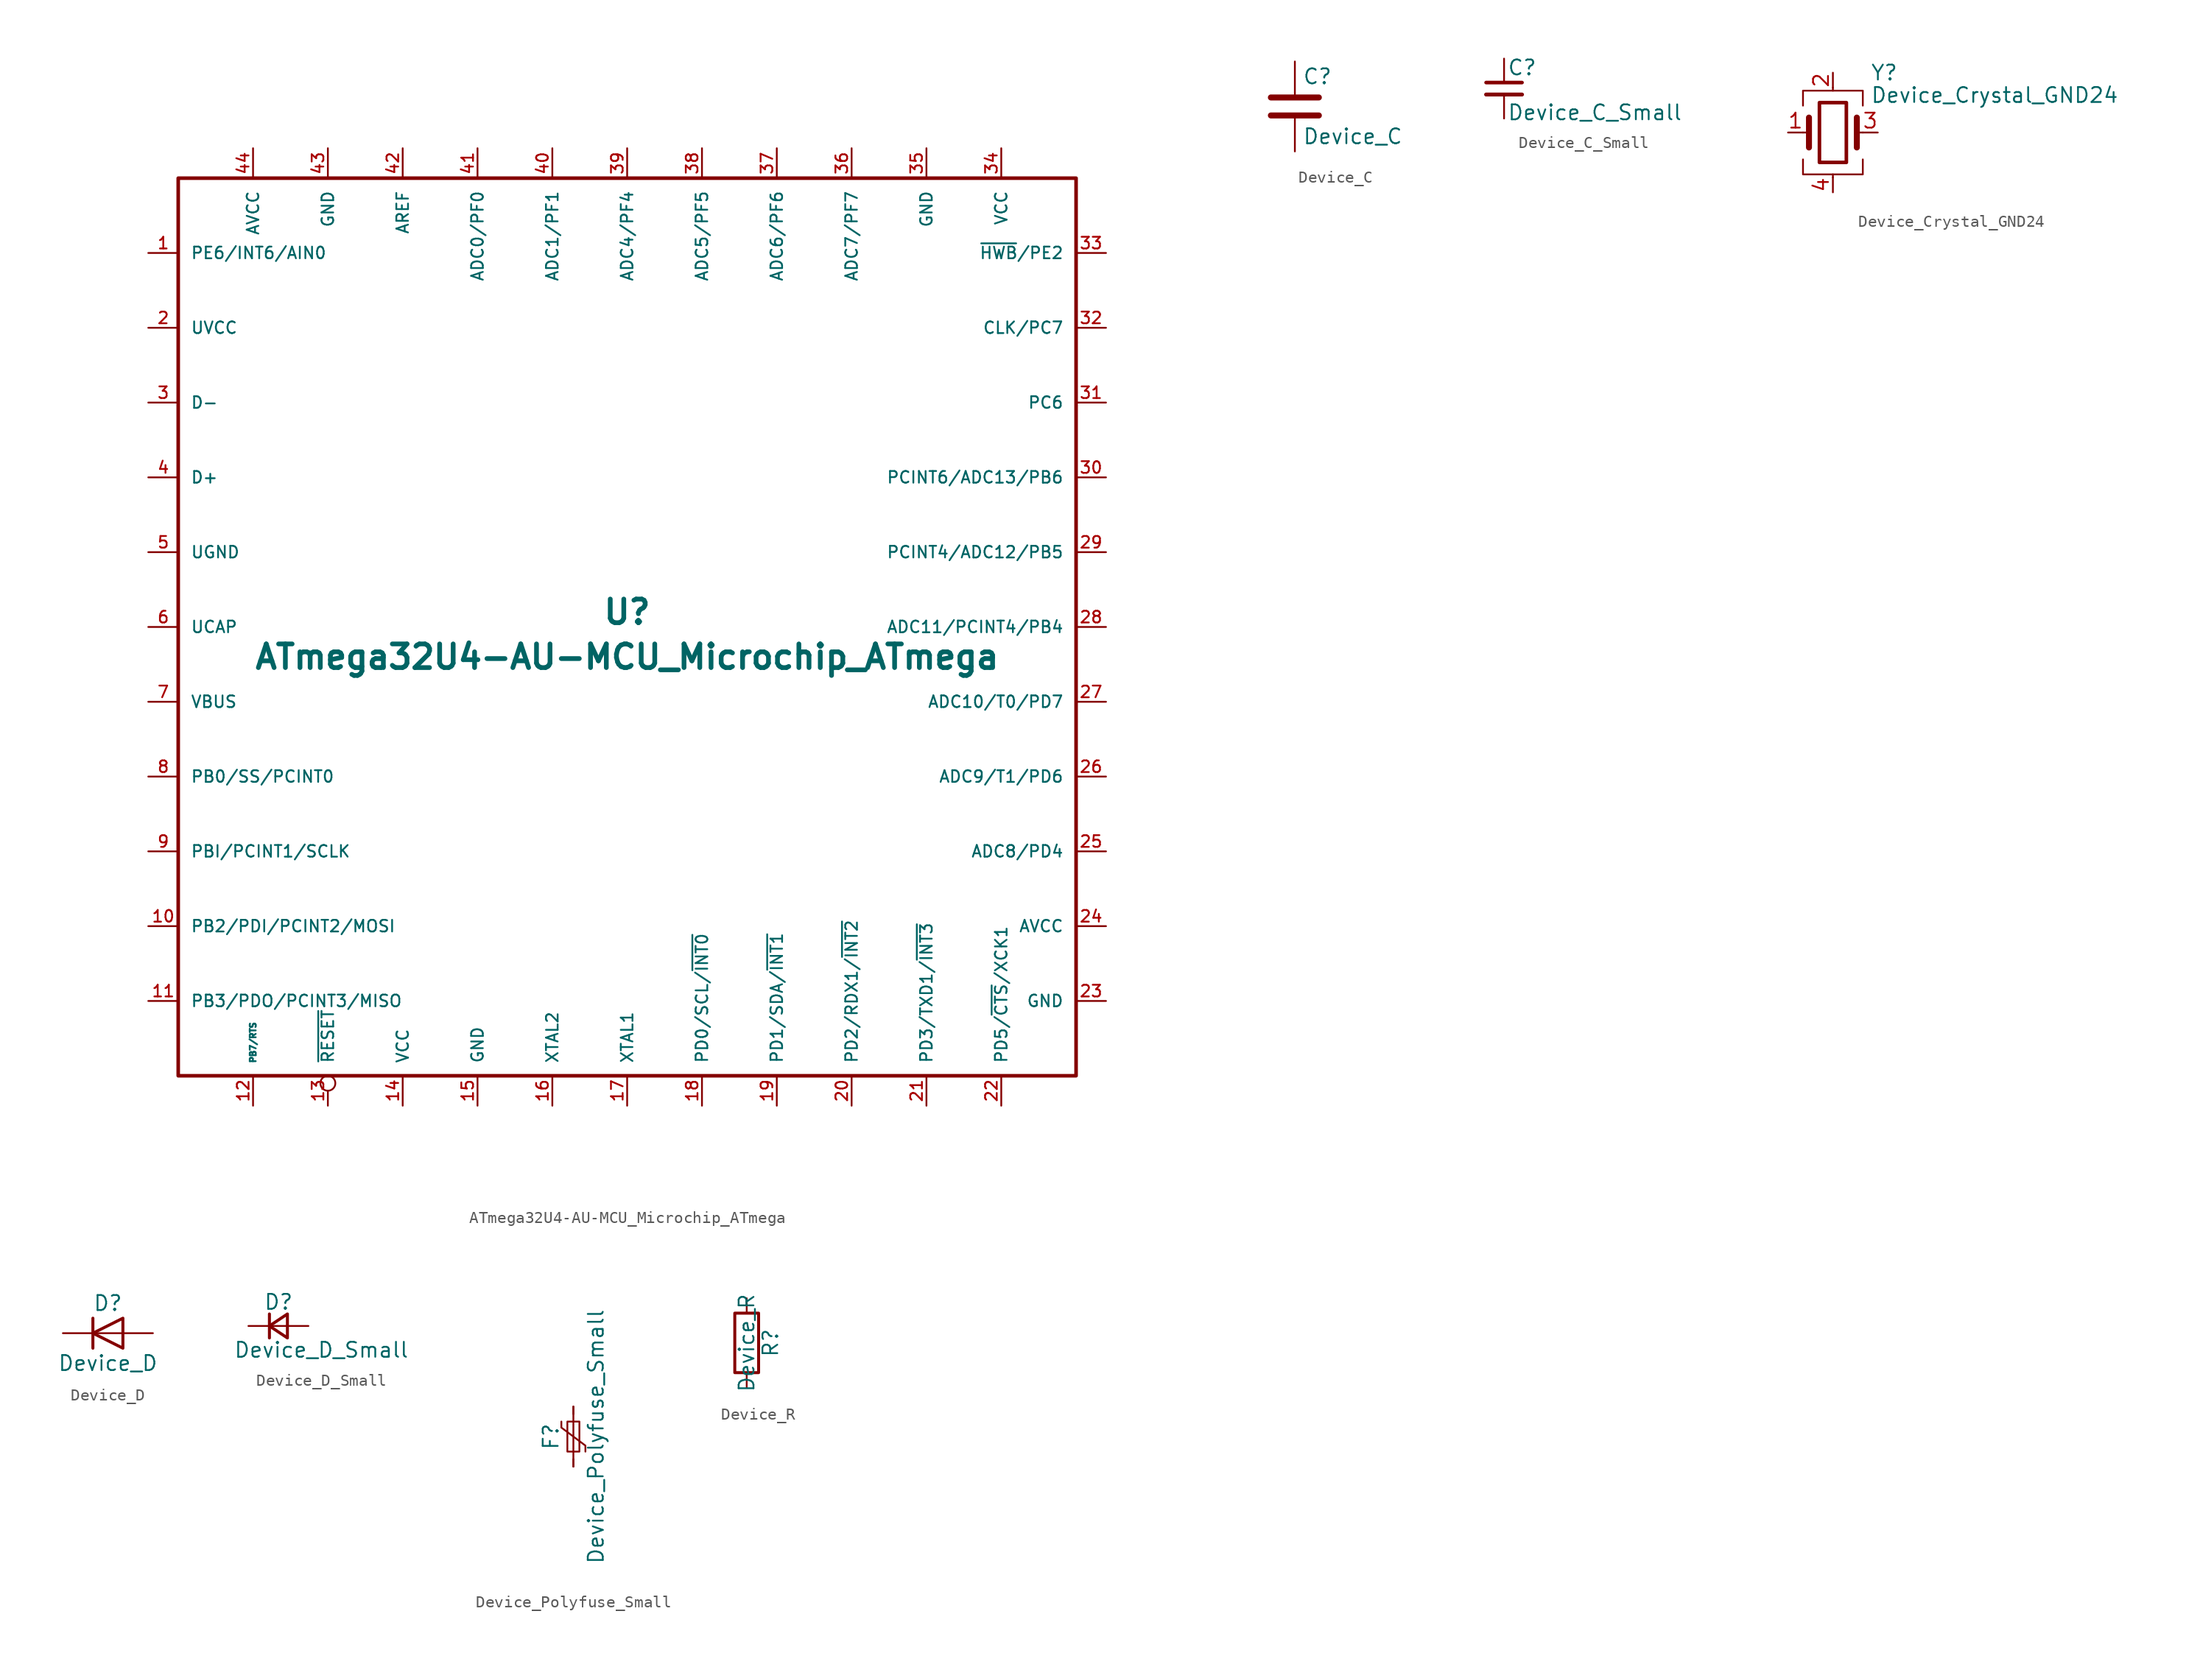
<source format=kicad_sym>
(kicad_symbol_lib
  (version 20201005)
  (generator kicad_symbol_editor)
  (symbol "arisutea-pcb:ATmega32U4-AU-MCU_Microchip_ATmega"
    (pin_names
      (offset 1.016))
    (property "Reference" "U"
      (at 0 1.27 0)
      (effects (font (size 2.007 2.007) bold)))
    (property "Value" "ATmega32U4-AU-MCU_Microchip_ATmega"
      (at 0 -2.54 0)
      (effects (font (size 2.007 2.007) bold)))
    (symbol "ATmega32U4-AU-MCU_Microchip_ATmega_0_1"
      (rectangle (start -38.1 38.1) (end 38.1 -38.1) (stroke (width 0.305)) (fill (type none))))
    (symbol "ATmega32U4-AU-MCU_Microchip_ATmega_1_1"
      (pin bidirectional line (at -40.64 31.75 0) (length 2.54) (name "PE6/INT6/AIN0" (effects (font (size 0.991 0.991)))) (number "1" (effects (font (size 0.991 0.991)))))
      (pin bidirectional line (at -40.64 -25.4 0) (length 2.54) (name "PB2/PDI/PCINT2/MOSI" (effects (font (size 0.991 0.991)))) (number "10" (effects (font (size 0.991 0.991)))))
      (pin bidirectional line (at -40.64 -31.75 0) (length 2.54) (name "PB3/PDO/PCINT3/MISO" (effects (font (size 0.991 0.991)))) (number "11" (effects (font (size 0.991 0.991)))))
      (pin bidirectional line (at -31.75 -40.64 90) (length 2.54) (name "PB7/RTS" (effects (font (size 0.508 0.508)))) (number "12" (effects (font (size 0.991 0.991)))))
      (pin input inverted (at -25.4 -40.64 90) (length 2.54) (name "~RESET~" (effects (font (size 0.991 0.991)))) (number "13" (effects (font (size 0.991 0.991)))))
      (pin power_in line (at -19.05 -40.64 90) (length 2.54) (name "VCC" (effects (font (size 0.991 0.991)))) (number "14" (effects (font (size 0.991 0.991)))))
      (pin power_in line (at -12.7 -40.64 90) (length 2.54) (name "GND" (effects (font (size 0.991 0.991)))) (number "15" (effects (font (size 0.991 0.991)))))
      (pin input line (at -6.35 -40.64 90) (length 2.54) (name "XTAL2" (effects (font (size 0.991 0.991)))) (number "16" (effects (font (size 0.991 0.991)))))
      (pin input line (at 0 -40.64 90) (length 2.54) (name "XTAL1" (effects (font (size 0.991 0.991)))) (number "17" (effects (font (size 0.991 0.991)))))
      (pin bidirectional line (at 6.35 -40.64 90) (length 2.54) (name "PD0/SCL/~INT0~" (effects (font (size 0.991 0.991)))) (number "18" (effects (font (size 0.991 0.991)))))
      (pin bidirectional line (at 12.7 -40.64 90) (length 2.54) (name "PD1/SDA/~INT1~" (effects (font (size 0.991 0.991)))) (number "19" (effects (font (size 0.991 0.991)))))
      (pin power_in line (at -40.64 25.4 0) (length 2.54) (name "UVCC" (effects (font (size 0.991 0.991)))) (number "2" (effects (font (size 0.991 0.991)))))
      (pin bidirectional line (at 19.05 -40.64 90) (length 2.54) (name "PD2/RDX1/~INT2~" (effects (font (size 0.991 0.991)))) (number "20" (effects (font (size 0.991 0.991)))))
      (pin bidirectional line (at 25.4 -40.64 90) (length 2.54) (name "PD3/TXD1/~INT3~" (effects (font (size 0.991 0.991)))) (number "21" (effects (font (size 0.991 0.991)))))
      (pin bidirectional line (at 31.75 -40.64 90) (length 2.54) (name "PD5/~CTS~/XCK1" (effects (font (size 0.991 0.991)))) (number "22" (effects (font (size 0.991 0.991)))))
      (pin power_in line (at 40.64 -31.75 180) (length 2.54) (name "GND" (effects (font (size 0.991 0.991)))) (number "23" (effects (font (size 0.991 0.991)))))
      (pin power_in line (at 40.64 -25.4 180) (length 2.54) (name "AVCC" (effects (font (size 0.991 0.991)))) (number "24" (effects (font (size 0.991 0.991)))))
      (pin bidirectional line (at 40.64 -19.05 180) (length 2.54) (name "ADC8/PD4" (effects (font (size 0.991 0.991)))) (number "25" (effects (font (size 0.991 0.991)))))
      (pin bidirectional line (at 40.64 -12.7 180) (length 2.54) (name "ADC9/T1/PD6" (effects (font (size 0.991 0.991)))) (number "26" (effects (font (size 0.991 0.991)))))
      (pin bidirectional line (at 40.64 -6.35 180) (length 2.54) (name "ADC10/T0/PD7" (effects (font (size 0.991 0.991)))) (number "27" (effects (font (size 0.991 0.991)))))
      (pin bidirectional line (at 40.64 0 180) (length 2.54) (name "ADC11/PCINT4/PB4" (effects (font (size 0.991 0.991)))) (number "28" (effects (font (size 0.991 0.991)))))
      (pin bidirectional line (at 40.64 6.35 180) (length 2.54) (name "PCINT4/ADC12/PB5" (effects (font (size 0.991 0.991)))) (number "29" (effects (font (size 0.991 0.991)))))
      (pin bidirectional line (at -40.64 19.05 0) (length 2.54) (name "D-" (effects (font (size 0.991 0.991)))) (number "3" (effects (font (size 0.991 0.991)))))
      (pin bidirectional line (at 40.64 12.7 180) (length 2.54) (name "PCINT6/ADC13/PB6" (effects (font (size 0.991 0.991)))) (number "30" (effects (font (size 0.991 0.991)))))
      (pin bidirectional line (at 40.64 19.05 180) (length 2.54) (name "PC6" (effects (font (size 0.991 0.991)))) (number "31" (effects (font (size 0.991 0.991)))))
      (pin bidirectional line (at 40.64 25.4 180) (length 2.54) (name "CLK/PC7" (effects (font (size 0.991 0.991)))) (number "32" (effects (font (size 0.991 0.991)))))
      (pin bidirectional line (at 40.64 31.75 180) (length 2.54) (name "~HWB~/PE2" (effects (font (size 0.991 0.991)))) (number "33" (effects (font (size 0.991 0.991)))))
      (pin power_in line (at 31.75 40.64 270) (length 2.54) (name "VCC" (effects (font (size 0.991 0.991)))) (number "34" (effects (font (size 0.991 0.991)))))
      (pin power_in line (at 25.4 40.64 270) (length 2.54) (name "GND" (effects (font (size 0.991 0.991)))) (number "35" (effects (font (size 0.991 0.991)))))
      (pin bidirectional line (at 19.05 40.64 270) (length 2.54) (name "ADC7/PF7" (effects (font (size 0.991 0.991)))) (number "36" (effects (font (size 0.991 0.991)))))
      (pin bidirectional line (at 12.7 40.64 270) (length 2.54) (name "ADC6/PF6" (effects (font (size 0.991 0.991)))) (number "37" (effects (font (size 0.991 0.991)))))
      (pin bidirectional line (at 6.35 40.64 270) (length 2.54) (name "ADC5/PF5" (effects (font (size 0.991 0.991)))) (number "38" (effects (font (size 0.991 0.991)))))
      (pin bidirectional line (at 0 40.64 270) (length 2.54) (name "ADC4/PF4" (effects (font (size 0.991 0.991)))) (number "39" (effects (font (size 0.991 0.991)))))
      (pin bidirectional line (at -40.64 12.7 0) (length 2.54) (name "D+" (effects (font (size 0.991 0.991)))) (number "4" (effects (font (size 0.991 0.991)))))
      (pin bidirectional line (at -6.35 40.64 270) (length 2.54) (name "ADC1/PF1" (effects (font (size 0.991 0.991)))) (number "40" (effects (font (size 0.991 0.991)))))
      (pin bidirectional line (at -12.7 40.64 270) (length 2.54) (name "ADC0/PF0" (effects (font (size 0.991 0.991)))) (number "41" (effects (font (size 0.991 0.991)))))
      (pin input line (at -19.05 40.64 270) (length 2.54) (name "AREF" (effects (font (size 0.991 0.991)))) (number "42" (effects (font (size 0.991 0.991)))))
      (pin power_in line (at -25.4 40.64 270) (length 2.54) (name "GND" (effects (font (size 0.991 0.991)))) (number "43" (effects (font (size 0.991 0.991)))))
      (pin power_in line (at -31.75 40.64 270) (length 2.54) (name "AVCC" (effects (font (size 0.991 0.991)))) (number "44" (effects (font (size 0.991 0.991)))))
      (pin power_in line (at -40.64 6.35 0) (length 2.54) (name "UGND" (effects (font (size 0.991 0.991)))) (number "5" (effects (font (size 0.991 0.991)))))
      (pin input line (at -40.64 0 0) (length 2.54) (name "UCAP" (effects (font (size 0.991 0.991)))) (number "6" (effects (font (size 0.991 0.991)))))
      (pin power_in line (at -40.64 -6.35 0) (length 2.54) (name "VBUS" (effects (font (size 0.991 0.991)))) (number "7" (effects (font (size 0.991 0.991)))))
      (pin bidirectional line (at -40.64 -12.7 0) (length 2.54) (name "PB0/SS/PCINT0" (effects (font (size 0.991 0.991)))) (number "8" (effects (font (size 0.991 0.991)))))
      (pin bidirectional line (at -40.64 -19.05 0) (length 2.54) (name "PBI/PCINT1/SCLK" (effects (font (size 0.991 0.991)))) (number "9" (effects (font (size 0.991 0.991)))))))
  (symbol "arisutea-pcb:Device_C"
    (pin_numbers hide)
    (pin_names
      (offset 0.254))
    (property "Reference" "C"
      (at 0.635 2.54 0)
      (effects (font (size 1.27 1.27)) (justify left)))
    (property "Value" "Device_C"
      (at 0.635 -2.54 0)
      (effects (font (size 1.27 1.27)) (justify left)))
    (symbol "Device_C_0_1"
      (polyline (pts (xy -2.032 -0.762) (xy 2.032 -0.762)) (stroke (width 0.508)) (fill (type none)))
      (polyline (pts (xy -2.032 0.762) (xy 2.032 0.762)) (stroke (width 0.508)) (fill (type none))))
    (symbol "Device_C_1_1"
      (pin passive line (at 0 3.81 270) (length 2.794) (name "~" (effects (font (size 1.27 1.27)))) (number "1" (effects (font (size 1.27 1.27)))))
      (pin passive line (at 0 -3.81 90) (length 2.794) (name "~" (effects (font (size 1.27 1.27)))) (number "2" (effects (font (size 1.27 1.27)))))))
  (symbol "arisutea-pcb:Device_C_Small"
    (pin_numbers hide)
    (pin_names
      (offset 0.254) hide)
    (property "Reference" "C"
      (at 0.254 1.778 0)
      (effects (font (size 1.27 1.27)) (justify left)))
    (property "Value" "Device_C_Small"
      (at 0.254 -2.032 0)
      (effects (font (size 1.27 1.27)) (justify left)))
    (symbol "Device_C_Small_0_1"
      (polyline (pts (xy -1.524 -0.508) (xy 1.524 -0.508)) (stroke (width 0.33)) (fill (type none)))
      (polyline (pts (xy -1.524 0.508) (xy 1.524 0.508)) (stroke (width 0.305)) (fill (type none))))
    (symbol "Device_C_Small_1_1"
      (pin passive line (at 0 2.54 270) (length 2.032) (name "~" (effects (font (size 1.27 1.27)))) (number "1" (effects (font (size 1.27 1.27)))))
      (pin passive line (at 0 -2.54 90) (length 2.032) (name "~" (effects (font (size 1.27 1.27)))) (number "2" (effects (font (size 1.27 1.27)))))))
  (symbol "arisutea-pcb:Device_Crystal_GND24"
    (pin_names
      (offset 1.016) hide)
    (property "Reference" "Y"
      (at 3.175 5.08 0)
      (effects (font (size 1.27 1.27)) (justify left)))
    (property "Value" "Device_Crystal_GND24"
      (at 3.175 3.175 0)
      (effects (font (size 1.27 1.27)) (justify left)))
    (symbol "Device_Crystal_GND24_0_1"
      (rectangle (start -1.143 2.54) (end 1.143 -2.54) (stroke (width 0.305)) (fill (type none)))
      (polyline (pts (xy -2.54 0) (xy -2.032 0)) (stroke (width 0)) (fill (type none)))
      (polyline (pts (xy -2.032 -1.27) (xy -2.032 1.27)) (stroke (width 0.508)) (fill (type none)))
      (polyline (pts (xy 0 -3.81) (xy 0 -3.556)) (stroke (width 0)) (fill (type none)))
      (polyline (pts (xy 0 3.556) (xy 0 3.81)) (stroke (width 0)) (fill (type none)))
      (polyline (pts (xy 2.032 -1.27) (xy 2.032 1.27)) (stroke (width 0.508)) (fill (type none)))
      (polyline (pts (xy 2.032 0) (xy 2.54 0)) (stroke (width 0)) (fill (type none)))
      (polyline (pts (xy -2.54 -2.286) (xy -2.54 -3.556) (xy 2.54 -3.556) (xy 2.54 -2.286)) (stroke (width 0)) (fill (type none)))
      (polyline (pts (xy -2.54 2.286) (xy -2.54 3.556) (xy 2.54 3.556) (xy 2.54 2.286)) (stroke (width 0)) (fill (type none))))
    (symbol "Device_Crystal_GND24_1_1"
      (pin passive line (at -3.81 0 0) (length 1.27) (name "1" (effects (font (size 1.27 1.27)))) (number "1" (effects (font (size 1.27 1.27)))))
      (pin passive line (at 0 5.08 270) (length 1.27) (name "2" (effects (font (size 1.27 1.27)))) (number "2" (effects (font (size 1.27 1.27)))))
      (pin passive line (at 3.81 0 180) (length 1.27) (name "3" (effects (font (size 1.27 1.27)))) (number "3" (effects (font (size 1.27 1.27)))))
      (pin passive line (at 0 -5.08 90) (length 1.27) (name "4" (effects (font (size 1.27 1.27)))) (number "4" (effects (font (size 1.27 1.27)))))))
  (symbol "arisutea-pcb:Device_D"
    (pin_numbers hide)
    (pin_names
      (offset 1.016) hide)
    (property "Reference" "D"
      (at 0 2.54 0)
      (effects (font (size 1.27 1.27))))
    (property "Value" "Device_D"
      (at 0 -2.54 0)
      (effects (font (size 1.27 1.27))))
    (symbol "Device_D_0_1"
      (polyline (pts (xy -1.27 1.27) (xy -1.27 -1.27)) (stroke (width 0.254)) (fill (type none)))
      (polyline (pts (xy 1.27 0) (xy -1.27 0)) (stroke (width 0)) (fill (type none)))
      (polyline (pts (xy 1.27 1.27) (xy 1.27 -1.27) (xy -1.27 0) (xy 1.27 1.27)) (stroke (width 0.254)) (fill (type none))))
    (symbol "Device_D_1_1"
      (pin passive line (at -3.81 0 0) (length 2.54) (name "K" (effects (font (size 1.27 1.27)))) (number "1" (effects (font (size 1.27 1.27)))))
      (pin passive line (at 3.81 0 180) (length 2.54) (name "A" (effects (font (size 1.27 1.27)))) (number "2" (effects (font (size 1.27 1.27)))))))
  (symbol "arisutea-pcb:Device_D_Small"
    (pin_numbers hide)
    (pin_names
      (offset 0.254) hide)
    (property "Reference" "D"
      (at -1.27 2.032 0)
      (effects (font (size 1.27 1.27)) (justify left)))
    (property "Value" "Device_D_Small"
      (at -3.81 -2.032 0)
      (effects (font (size 1.27 1.27)) (justify left)))
    (symbol "Device_D_Small_0_1"
      (polyline (pts (xy -0.762 -1.016) (xy -0.762 1.016)) (stroke (width 0.254)) (fill (type none)))
      (polyline (pts (xy -0.762 0) (xy 0.762 0)) (stroke (width 0)) (fill (type none)))
      (polyline (pts (xy 0.762 -1.016) (xy -0.762 0) (xy 0.762 1.016) (xy 0.762 -1.016)) (stroke (width 0.254)) (fill (type none))))
    (symbol "Device_D_Small_1_1"
      (pin passive line (at -2.54 0 0) (length 1.778) (name "K" (effects (font (size 1.27 1.27)))) (number "1" (effects (font (size 1.27 1.27)))))
      (pin passive line (at 2.54 0 180) (length 1.778) (name "A" (effects (font (size 1.27 1.27)))) (number "2" (effects (font (size 1.27 1.27)))))))
  (symbol "arisutea-pcb:Device_Polyfuse_Small"
    (pin_numbers hide)
    (pin_names
      (offset 0))
    (property "Reference" "F"
      (at -1.905 0 90)
      (effects (font (size 1.27 1.27))))
    (property "Value" "Device_Polyfuse_Small"
      (at 1.905 0 90)
      (effects (font (size 1.27 1.27))))
    (symbol "Device_Polyfuse_Small_0_1"
      (rectangle (start -0.508 1.27) (end 0.508 -1.27) (stroke (width 0)) (fill (type none)))
      (polyline (pts (xy 0 2.54) (xy 0 -2.54)) (stroke (width 0)) (fill (type none)))
      (polyline (pts (xy -1.016 1.27) (xy -1.016 0.762) (xy 1.016 -0.762) (xy 1.016 -1.27)) (stroke (width 0)) (fill (type none))))
    (symbol "Device_Polyfuse_Small_1_1"
      (pin passive line (at 0 2.54 270) (length 0.635) (name "~" (effects (font (size 1.27 1.27)))) (number "1" (effects (font (size 1.27 1.27)))))
      (pin passive line (at 0 -2.54 90) (length 0.635) (name "~" (effects (font (size 1.27 1.27)))) (number "2" (effects (font (size 1.27 1.27)))))))
  (symbol "arisutea-pcb:Device_R"
    (pin_numbers hide)
    (pin_names
      (offset 0))
    (property "Reference" "R"
      (at 2.032 0 90)
      (effects (font (size 1.27 1.27))))
    (property "Value" "Device_R"
      (at 0 0 90)
      (effects (font (size 1.27 1.27))))
    (symbol "Device_R_0_1"
      (rectangle (start -1.016 -2.54) (end 1.016 2.54) (stroke (width 0.254)) (fill (type none))))
    (symbol "Device_R_1_1"
      (pin passive line (at 0 3.81 270) (length 1.27) (name "~" (effects (font (size 1.27 1.27)))) (number "1" (effects (font (size 1.27 1.27)))))
      (pin passive line (at 0 -3.81 90) (length 1.27) (name "~" (effects (font (size 1.27 1.27)))) (number "2" (effects (font (size 1.27 1.27))))))))
</source>
